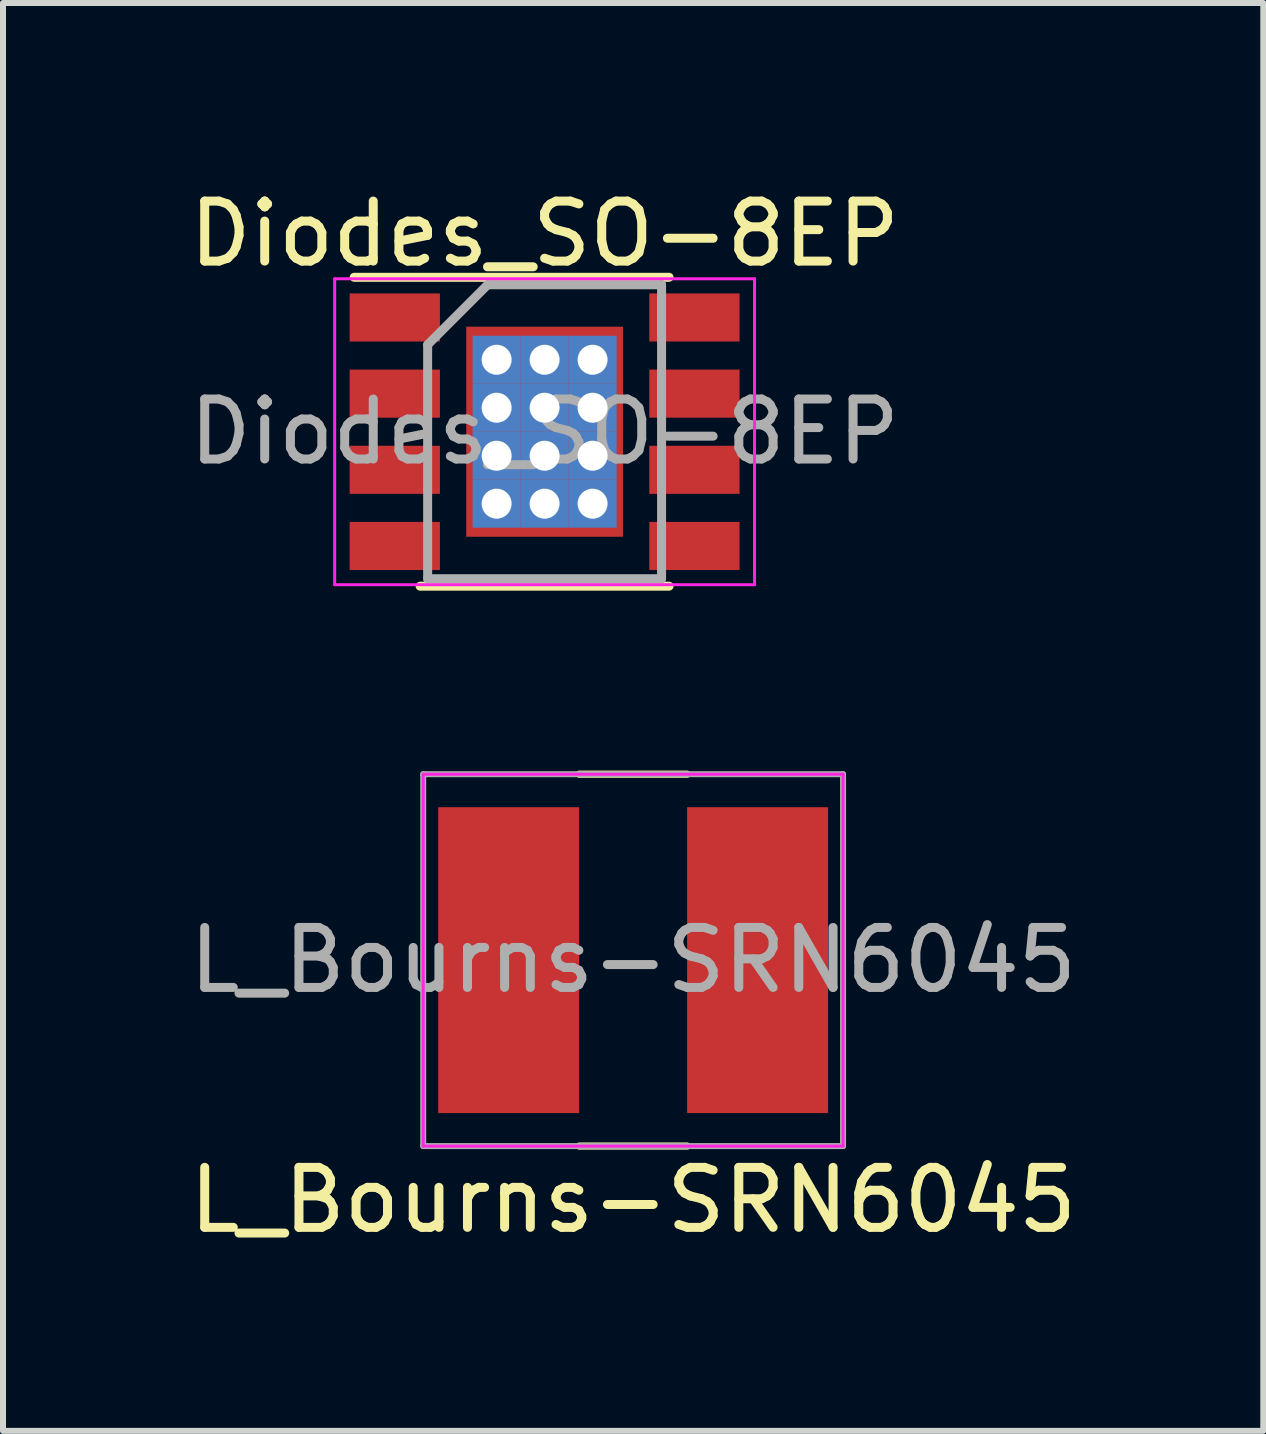
<source format=kicad_pcb>
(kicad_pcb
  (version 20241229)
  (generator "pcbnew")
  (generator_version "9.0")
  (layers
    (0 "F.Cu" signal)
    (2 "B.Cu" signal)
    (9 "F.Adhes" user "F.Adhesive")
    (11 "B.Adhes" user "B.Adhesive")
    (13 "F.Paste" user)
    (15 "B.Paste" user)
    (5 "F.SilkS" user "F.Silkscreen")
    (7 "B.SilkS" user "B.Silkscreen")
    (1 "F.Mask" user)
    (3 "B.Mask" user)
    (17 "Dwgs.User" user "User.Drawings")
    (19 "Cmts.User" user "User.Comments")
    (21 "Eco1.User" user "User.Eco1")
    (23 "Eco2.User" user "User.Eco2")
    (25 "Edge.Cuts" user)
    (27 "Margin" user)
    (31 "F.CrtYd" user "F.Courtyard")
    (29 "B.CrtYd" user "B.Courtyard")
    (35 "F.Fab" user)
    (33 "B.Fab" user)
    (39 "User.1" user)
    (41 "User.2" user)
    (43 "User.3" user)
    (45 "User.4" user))
  (footprint "Diodes_SO-8EP"
    (layer "F.Cu")
    (at 6.03 4.148)
    (property "Reference" "Diodes_SO-8EP" (at 0 -3.3 0) (layer "F.SilkS") (effects (font (size 1 1) (thickness 0.15))))
    (attr smd)
    (fp_line (start -3.175 -2.575) (end 2.075 -2.575) (stroke (width 0.15) (type solid)) (layer "F.SilkS"))
    (fp_line (start -2.075 2.575) (end 2.075 2.575) (stroke (width 0.15) (type solid)) (layer "F.SilkS"))
    (fp_line (start -3.5 -2.55) (end -3.5 2.55) (stroke (width 0.05) (type solid)) (layer "F.CrtYd"))
    (fp_line (start -3.5 -2.55) (end 3.5 -2.55) (stroke (width 0.05) (type solid)) (layer "F.CrtYd"))
    (fp_line (start -3.5 2.55) (end 3.5 2.55) (stroke (width 0.05) (type solid)) (layer "F.CrtYd"))
    (fp_line (start 3.5 -2.55) (end 3.5 2.55) (stroke (width 0.05) (type solid)) (layer "F.CrtYd"))
    (fp_line (start -1.95 -1.45) (end -0.95 -2.45) (stroke (width 0.15) (type solid)) (layer "F.Fab"))
    (fp_line (start -1.95 2.45) (end -1.95 -1.45) (stroke (width 0.15) (type solid)) (layer "F.Fab"))
    (fp_line (start -0.95 -2.45) (end 1.95 -2.45) (stroke (width 0.15) (type solid)) (layer "F.Fab"))
    (fp_line (start 1.95 -2.45) (end 1.95 2.45) (stroke (width 0.15) (type solid)) (layer "F.Fab"))
    (fp_line (start 1.95 2.45) (end -1.95 2.45) (stroke (width 0.15) (type solid)) (layer "F.Fab"))
    (fp_text user "${REFERENCE}" (at 0 0 0) (layer "F.Fab") (effects (font (size 1 1) (thickness 0.15))))
    (pad "1" smd rect (at -2.498 -1.905) (size 1.505 0.802) (layers "F.Cu" "F.Mask" "F.Paste"))
    (pad "2" smd rect (at -2.498 -0.635) (size 1.505 0.802) (layers "F.Cu" "F.Mask" "F.Paste"))
    (pad "3" smd rect (at -2.498 0.635) (size 1.505 0.802) (layers "F.Cu" "F.Mask" "F.Paste"))
    (pad "4" smd rect (at -2.498 1.905) (size 1.505 0.802) (layers "F.Cu" "F.Mask" "F.Paste"))
    (pad "5" smd rect (at 2.498 1.905) (size 1.505 0.802) (layers "F.Cu" "F.Mask" "F.Paste"))
    (pad "6" smd rect (at 2.498 0.635) (size 1.505 0.802) (layers "F.Cu" "F.Mask" "F.Paste"))
    (pad "7" smd rect (at 2.498 -0.635) (size 1.505 0.802) (layers "F.Cu" "F.Mask" "F.Paste"))
    (pad "8" smd rect (at 2.498 -1.905) (size 1.505 0.802) (layers "F.Cu" "F.Mask" "F.Paste"))
    (pad "9" thru_hole rect (at -0.8 -1.2) (size 0.8 0.8) (drill 0.5) (layers "*.Cu" "*.Mask"))
    (pad "9" thru_hole rect (at -0.8 -0.4) (size 0.8 0.8) (drill 0.5) (layers "*.Cu" "*.Mask"))
    (pad "9" thru_hole rect (at -0.8 0.4) (size 0.8 0.8) (drill 0.5) (layers "*.Cu" "*.Mask"))
    (pad "9" thru_hole rect (at -0.8 1.2) (size 0.8 0.8) (drill 0.5) (layers "*.Cu" "*.Mask"))
    (pad "9" thru_hole rect (at 0 -1.2) (size 0.8 0.8) (drill 0.5) (layers "*.Cu" "*.Mask"))
    (pad "9" thru_hole rect (at 0 -0.4) (size 0.8 0.8) (drill 0.5) (layers "*.Cu" "*.Mask"))
    (pad "9" smd rect (at 0 0) (size 2.613 3.502) (layers "F.Cu" "F.Mask" "F.Paste"))
    (pad "9" thru_hole rect (at 0 0.4) (size 0.8 0.8) (drill 0.5) (layers "*.Cu" "*.Mask"))
    (pad "9" thru_hole rect (at 0 1.2) (size 0.8 0.8) (drill 0.5) (layers "*.Cu" "*.Mask"))
    (pad "9" thru_hole rect (at 0.8 -1.2) (size 0.8 0.8) (drill 0.5) (layers "*.Cu" "*.Mask"))
    (pad "9" thru_hole rect (at 0.8 -0.4) (size 0.8 0.8) (drill 0.5) (layers "*.Cu" "*.Mask"))
    (pad "9" thru_hole rect (at 0.8 0.4) (size 0.8 0.8) (drill 0.5) (layers "*.Cu" "*.Mask"))
    (pad "9" thru_hole rect (at 0.8 1.2) (size 0.8 0.8) (drill 0.5) (layers "*.Cu" "*.Mask")))
  (footprint "L_Bourns-SRN6045"
    (layer "F.Cu")
    (at 7.506 12.958)
    (property "Reference" "L_Bourns-SRN6045" (at 0 4 0) (layer "F.SilkS") (effects (font (size 1 1) (thickness 0.15))))
    (attr smd)
    (fp_line (start -0.9 -3.1) (end 0.9 -3.1) (stroke (width 0.12) (type solid)) (layer "F.SilkS"))
    (fp_line (start -0.9 3.1) (end 0.9 3.1) (stroke (width 0.12) (type solid)) (layer "F.SilkS"))
    (fp_line (start -3.5 -3.1) (end -3.5 3.1) (stroke (width 0.05) (type solid)) (layer "F.CrtYd"))
    (fp_line (start -3.5 -3.1) (end 3.5 -3.1) (stroke (width 0.05) (type solid)) (layer "F.CrtYd"))
    (fp_line (start 3.5 -3.1) (end 3.5 3.1) (stroke (width 0.05) (type solid)) (layer "F.CrtYd"))
    (fp_line (start 3.5 3.1) (end -3.5 3.1) (stroke (width 0.05) (type solid)) (layer "F.CrtYd"))
    (fp_line (start -3.5 -3.1) (end -3.5 3.1) (stroke (width 0.1) (type solid)) (layer "F.Fab"))
    (fp_line (start -3.5 -3.1) (end 3.5 -3.1) (stroke (width 0.1) (type solid)) (layer "F.Fab"))
    (fp_line (start 3.5 -3.1) (end 3.5 3.1) (stroke (width 0.1) (type solid)) (layer "F.Fab"))
    (fp_line (start 3.5 3.1) (end -3.5 3.1) (stroke (width 0.1) (type solid)) (layer "F.Fab"))
    (fp_text user "${REFERENCE}" (at 0 0 0) (layer "F.Fab") (effects (font (size 1 1) (thickness 0.15))))
    (pad "1" smd rect (at -2.075 0) (size 2.35 5.1) (layers "F.Cu" "F.Mask" "F.Paste"))
    (pad "2" smd rect (at 2.075 0) (size 2.35 5.1) (layers "F.Cu" "F.Mask" "F.Paste")))
  (gr_rect
    (start -3 -3)
    (end 18.012 20.806)
    (stroke (width 0.1) (type default))
    (fill no)
    (layer "Edge.Cuts")))
</source>
